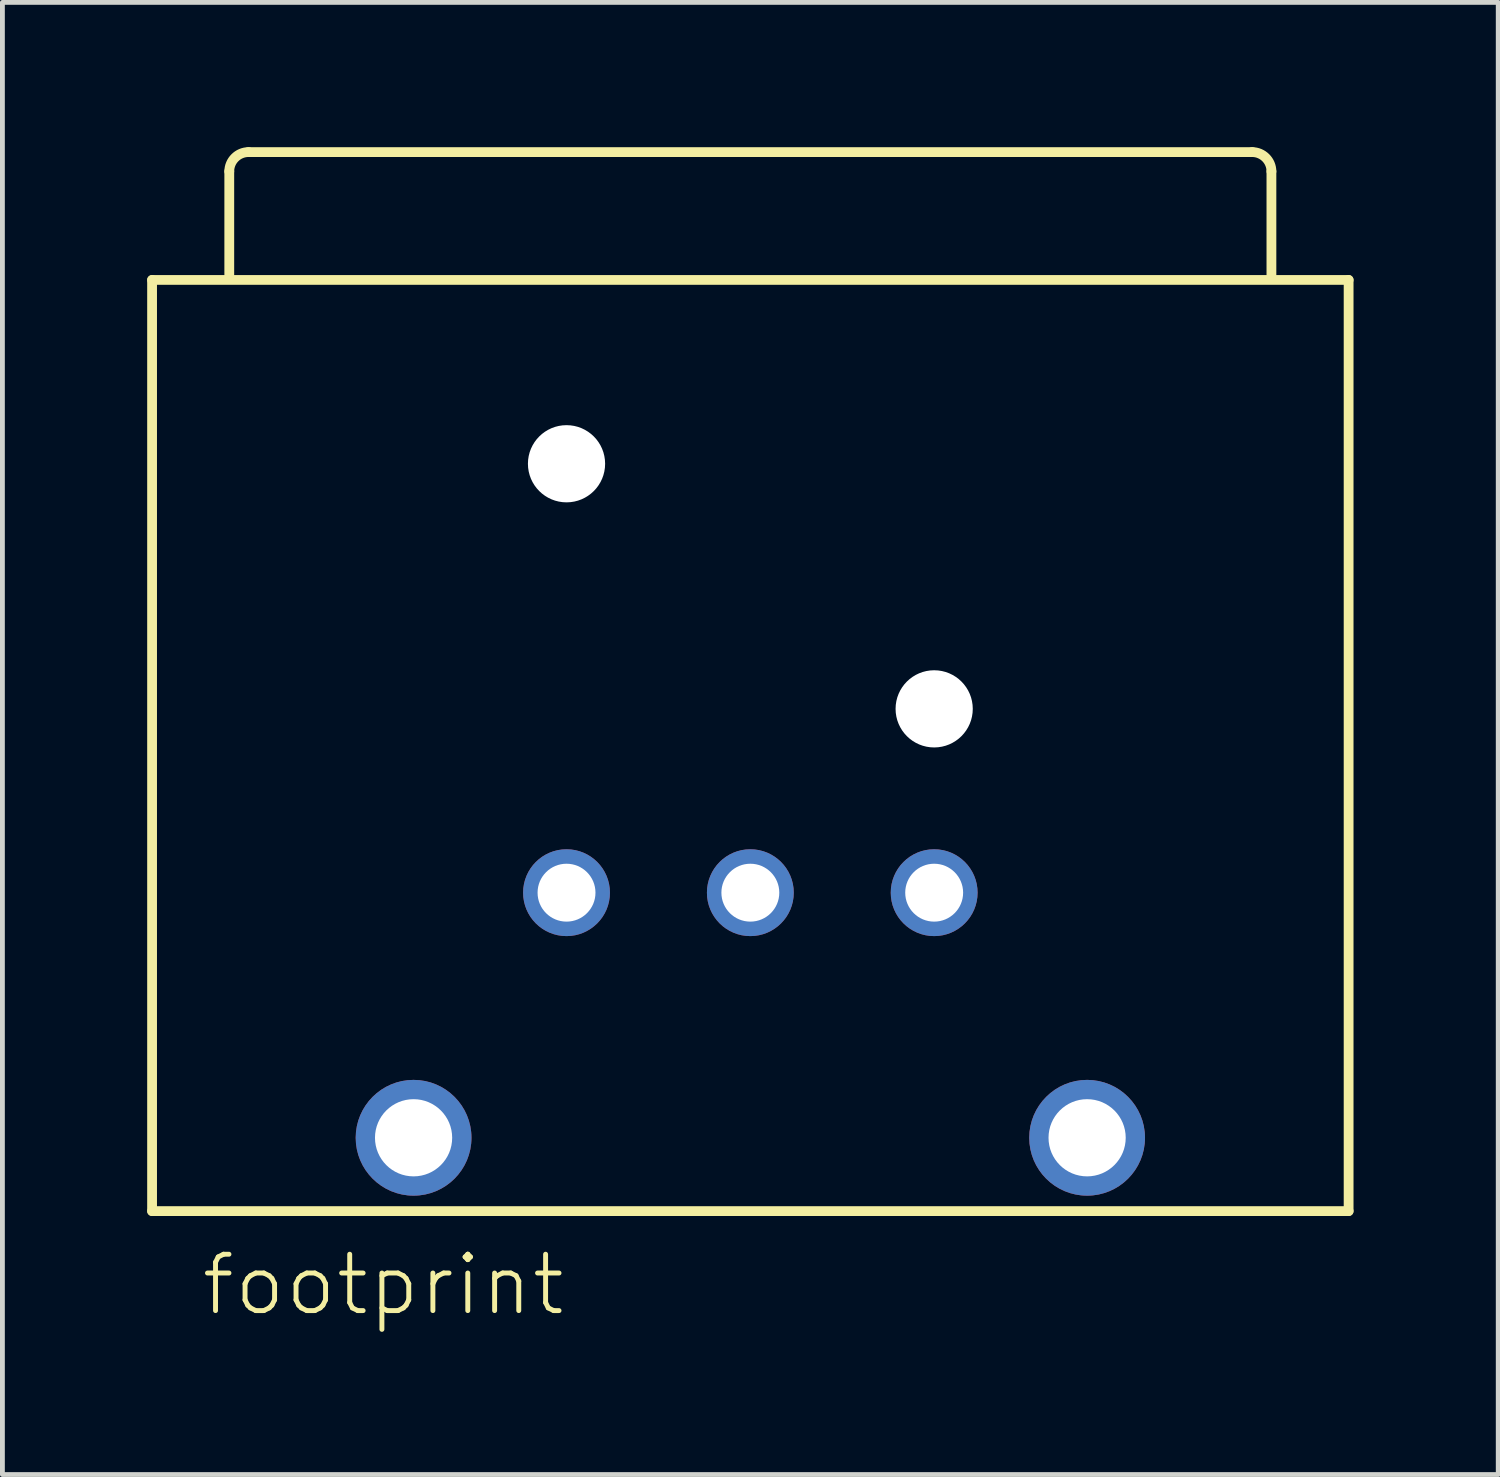
<source format=kicad_pcb>
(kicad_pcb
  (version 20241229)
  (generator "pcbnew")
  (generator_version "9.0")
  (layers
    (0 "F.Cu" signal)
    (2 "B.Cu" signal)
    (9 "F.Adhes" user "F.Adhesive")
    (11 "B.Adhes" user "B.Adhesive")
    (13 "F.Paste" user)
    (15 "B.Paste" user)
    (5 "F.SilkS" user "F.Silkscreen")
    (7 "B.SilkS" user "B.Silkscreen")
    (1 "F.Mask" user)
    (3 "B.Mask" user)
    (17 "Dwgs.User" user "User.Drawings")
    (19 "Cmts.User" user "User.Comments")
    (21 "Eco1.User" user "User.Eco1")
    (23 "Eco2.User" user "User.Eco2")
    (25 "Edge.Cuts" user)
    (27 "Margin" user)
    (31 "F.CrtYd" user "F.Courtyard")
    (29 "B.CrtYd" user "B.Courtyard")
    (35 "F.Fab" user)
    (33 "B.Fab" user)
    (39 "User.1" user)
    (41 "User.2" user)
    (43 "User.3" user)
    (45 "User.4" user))
  (footprint "footprint"
    (layer "F.Cu")
    (at 12.502 20.452)
    (property "Reference" "footprint" (at -11.43 3.81 0) (layer "F.SilkS") (effects (font (size 1.168 1.168) (thickness 0.102)) (justify left bottom)))
    (fp_line (start -12.4 -17.7) (end 12.4 -17.7) (stroke (width 0.203) (type solid)) (layer "F.SilkS"))
    (fp_line (start -12.4 1.6) (end -12.4 -17.7) (stroke (width 0.203) (type solid)) (layer "F.SilkS"))
    (fp_line (start -10.8 -17.8) (end -10.8 -19.95) (stroke (width 0.203) (type solid)) (layer "F.SilkS"))
    (fp_line (start -10.4 -20.35) (end 10.4 -20.35) (stroke (width 0.203) (type solid)) (layer "F.SilkS"))
    (fp_line (start 10.8 -19.95) (end 10.8 -17.8) (stroke (width 0.203) (type solid)) (layer "F.SilkS"))
    (fp_line (start 12.4 -17.7) (end 12.4 1.6) (stroke (width 0.203) (type solid)) (layer "F.SilkS"))
    (fp_line (start 12.4 1.6) (end -12.4 1.6) (stroke (width 0.203) (type solid)) (layer "F.SilkS"))
    (fp_arc (start -10.8 -19.95) (mid -10.682843 -20.232843) (end -10.4 -20.35) (stroke (width 0.2032) (type solid)) (layer "F.SilkS"))
    (fp_arc (start 10.4 -20.35) (mid 10.682843 -20.232843) (end 10.8 -19.95) (stroke (width 0.2032) (type solid)) (layer "F.SilkS"))
    (pad "" np_thru_hole circle (at -3.81 -13.89) (size 1.6 1.6) (drill 1.6) (layers "*.Cu" "*.Mask"))
    (pad "" np_thru_hole circle (at 3.81 -8.81) (size 1.6 1.6) (drill 1.6) (layers "*.Cu" "*.Mask"))
    (pad "1" thru_hole circle (at 6.98 0.08) (size 2.4 2.4) (drill 1.6) (layers "*.Cu" "*.Mask"))
    (pad "2" thru_hole circle (at 3.81 -5) (size 1.8 1.8) (drill 1.2) (layers "*.Cu" "*.Mask"))
    (pad "3" thru_hole circle (at -3.81 -5) (size 1.8 1.8) (drill 1.2) (layers "*.Cu" "*.Mask"))
    (pad "4" thru_hole circle (at -6.98 0.08) (size 2.4 2.4) (drill 1.6) (layers "*.Cu" "*.Mask"))
    (pad "G" thru_hole circle (at 0 -5) (size 1.8 1.8) (drill 1.2) (layers "*.Cu" "*.Mask")))
  (gr_rect
    (start -3 -3)
    (end 28.003 27.512)
    (stroke (width 0.1) (type default))
    (fill no)
    (layer "Edge.Cuts")))
</source>
